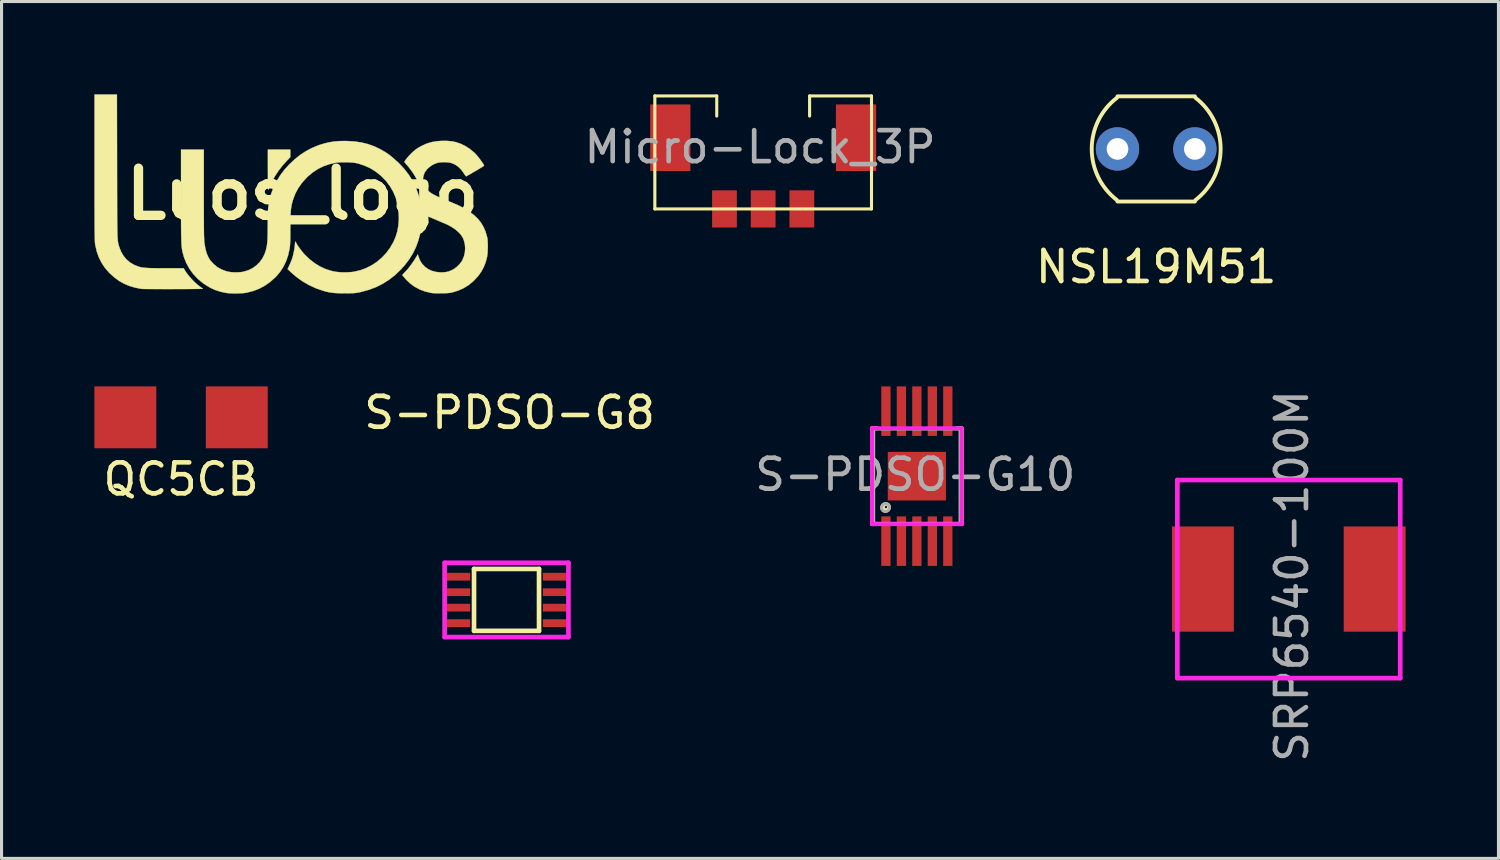
<source format=kicad_pcb>
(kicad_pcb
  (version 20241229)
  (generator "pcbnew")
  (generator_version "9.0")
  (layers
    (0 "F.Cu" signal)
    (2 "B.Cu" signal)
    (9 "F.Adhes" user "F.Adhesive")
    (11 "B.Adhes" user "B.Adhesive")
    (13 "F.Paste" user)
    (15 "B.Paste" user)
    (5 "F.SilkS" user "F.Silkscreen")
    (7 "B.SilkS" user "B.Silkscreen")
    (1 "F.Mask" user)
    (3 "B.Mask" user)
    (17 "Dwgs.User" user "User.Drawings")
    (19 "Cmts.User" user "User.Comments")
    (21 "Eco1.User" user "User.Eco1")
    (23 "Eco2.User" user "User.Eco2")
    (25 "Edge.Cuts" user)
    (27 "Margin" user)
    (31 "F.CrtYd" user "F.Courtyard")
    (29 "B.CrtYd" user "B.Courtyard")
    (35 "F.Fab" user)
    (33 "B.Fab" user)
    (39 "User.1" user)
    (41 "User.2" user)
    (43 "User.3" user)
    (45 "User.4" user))
  (footprint "S-PDSO-G10"
    (layer "F.Cu")
    (at 26.573 12.334)
    (property "Reference" "S-PDSO-G10" (at -0.051 -0.051 0) (layer "F.Fab") (effects (font (size 1 1) (thickness 0.15))))
    (attr through_hole)
    (fp_line (start -1.45 -1.55) (end -1.45 1.55) (stroke (width 0.125) (type solid)) (layer "F.SilkS"))
    (fp_line (start -1.45 1.55) (end -1.3 1.55) (stroke (width 0.125) (type solid)) (layer "F.SilkS"))
    (fp_line (start -1.3 -1.55) (end -1.45 -1.55) (stroke (width 0.125) (type solid)) (layer "F.SilkS"))
    (fp_line (start 1.3 1.55) (end 1.45 1.55) (stroke (width 0.125) (type solid)) (layer "F.SilkS"))
    (fp_line (start 1.45 -1.55) (end 1.3 -1.55) (stroke (width 0.125) (type solid)) (layer "F.SilkS"))
    (fp_line (start 1.45 1.55) (end 1.45 -1.55) (stroke (width 0.125) (type solid)) (layer "F.SilkS"))
    (fp_circle (center -1 1) (end -0.9 1) (stroke (width 0.125) (type solid)) (fill no) (layer "F.SilkS"))
    (fp_line (start -1.45 -1.55) (end -1.45 1.55) (stroke (width 0.125) (type solid)) (layer "F.CrtYd"))
    (fp_line (start -1.45 1.55) (end 1.45 1.55) (stroke (width 0.125) (type solid)) (layer "F.CrtYd"))
    (fp_line (start 1.45 -1.55) (end -1.45 -1.55) (stroke (width 0.125) (type solid)) (layer "F.CrtYd"))
    (fp_line (start 1.45 1.55) (end 1.45 -1.55) (stroke (width 0.125) (type solid)) (layer "F.CrtYd"))
    (fp_line (start -1.397 -1.524) (end 1.397 -1.524) (stroke (width 0.1) (type solid)) (layer "F.Fab"))
    (fp_line (start -1.397 1.524) (end -1.397 -1.524) (stroke (width 0.1) (type solid)) (layer "F.Fab"))
    (fp_line (start 1.397 -1.524) (end 1.397 1.524) (stroke (width 0.1) (type solid)) (layer "F.Fab"))
    (fp_line (start 1.397 1.524) (end -1.397 1.524) (stroke (width 0.1) (type solid)) (layer "F.Fab"))
    (fp_circle (center -1.016 1.016) (end -0.889 1.016) (stroke (width 0.1) (type solid)) (fill no) (layer "F.Fab"))
    (pad "1" smd rect (at -1 2.1) (size 0.3 1.6) (layers "F.Cu" "F.Mask" "F.Paste"))
    (pad "2" smd rect (at -0.5 2.1) (size 0.3 1.6) (layers "F.Cu" "F.Mask" "F.Paste"))
    (pad "3" smd rect (at 0 2.1) (size 0.3 1.6) (layers "F.Cu" "F.Mask" "F.Paste"))
    (pad "4" smd rect (at 0.5 2.1) (size 0.3 1.6) (layers "F.Cu" "F.Mask" "F.Paste"))
    (pad "5" smd rect (at 1 2.1) (size 0.3 1.6) (layers "F.Cu" "F.Mask" "F.Paste"))
    (pad "6" smd rect (at 1 -2.1 180) (size 0.3 1.6) (layers "F.Cu" "F.Mask" "F.Paste"))
    (pad "7" smd rect (at 0.5 -2.1 180) (size 0.3 1.6) (layers "F.Cu" "F.Mask" "F.Paste"))
    (pad "8" smd rect (at 0 -2.1 180) (size 0.3 1.6) (layers "F.Cu" "F.Mask" "F.Paste"))
    (pad "9" smd rect (at -0.5 -2.1 180) (size 0.3 1.6) (layers "F.Cu" "F.Mask" "F.Paste"))
    (pad "10" smd rect (at -1 -2.1 180) (size 0.3 1.6) (layers "F.Cu" "F.Mask" "F.Paste"))
    (pad "11" smd rect (at 0 0 180) (size 1.88 1.57) (layers "F.Cu" "F.Mask" "F.Paste")))
  (footprint "S-PDSO-G8"
    (layer "F.Cu")
    (at 13.315 16.333)
    (property "Reference" "S-PDSO-G8" (at 0.1 -6.05 0) (layer "F.SilkS") (effects (font (size 1 1) (thickness 0.15))))
    (attr through_hole)
    (fp_line (start -1.05 -1) (end -1.05 1) (stroke (width 0.15) (type solid)) (layer "F.SilkS"))
    (fp_line (start -1.05 -1) (end 1.05 -1) (stroke (width 0.15) (type solid)) (layer "F.SilkS"))
    (fp_line (start -1.05 1) (end 1.05 1) (stroke (width 0.15) (type solid)) (layer "F.SilkS"))
    (fp_line (start 1.05 -1) (end 1.05 1) (stroke (width 0.15) (type solid)) (layer "F.SilkS"))
    (fp_line (start -2 -1.2) (end 2 -1.2) (stroke (width 0.15) (type solid)) (layer "F.CrtYd"))
    (fp_line (start -2 1.2) (end -2 -1.2) (stroke (width 0.15) (type solid)) (layer "F.CrtYd"))
    (fp_line (start 2 -1.2) (end 2 1.2) (stroke (width 0.15) (type solid)) (layer "F.CrtYd"))
    (fp_line (start 2 1.2) (end -2 1.2) (stroke (width 0.15) (type solid)) (layer "F.CrtYd"))
    (pad "1" smd rect (at -1.55 -0.75) (size 0.75 0.25) (layers "F.Cu" "F.Mask" "F.Paste"))
    (pad "2" smd rect (at -1.55 -0.25) (size 0.75 0.25) (layers "F.Cu" "F.Mask" "F.Paste"))
    (pad "3" smd rect (at -1.55 0.25) (size 0.75 0.25) (layers "F.Cu" "F.Mask" "F.Paste"))
    (pad "4" smd rect (at -1.55 0.75) (size 0.75 0.25) (layers "F.Cu" "F.Mask" "F.Paste"))
    (pad "5" smd rect (at 1.55 0.75) (size 0.75 0.25) (layers "F.Cu" "F.Mask" "F.Paste"))
    (pad "6" smd rect (at 1.55 0.25) (size 0.75 0.25) (layers "F.Cu" "F.Mask" "F.Paste"))
    (pad "7" smd rect (at 1.55 -0.25) (size 0.75 0.25) (layers "F.Cu" "F.Mask" "F.Paste"))
    (pad "8" smd rect (at 1.55 -0.75) (size 0.75 0.25) (layers "F.Cu" "F.Mask" "F.Paste")))
  (footprint "NSL19M51"
    (layer "F.Cu")
    (at 34.305 1.762)
    (property "Reference" "NSL19M51" (at 0 3.81 0) (layer "F.SilkS") (effects (font (size 1 1) (thickness 0.15))))
    (attr through_hole)
    (fp_line (start -1.25 -1.7) (end 1.25 -1.7) (stroke (width 0.125) (type solid)) (layer "F.SilkS"))
    (fp_line (start 1.25 1.7) (end -1.25 1.7) (stroke (width 0.125) (type solid)) (layer "F.SilkS"))
    (fp_arc (start -1.27 1.651) (mid -2.082955 0) (end -1.27 -1.651) (stroke (width 0.125) (type solid)) (layer "F.SilkS"))
    (fp_arc (start 1.27 -1.651) (mid 2.082955 0) (end 1.27 1.651) (stroke (width 0.125) (type solid)) (layer "F.SilkS"))
    (pad "1" thru_hole circle (at -1.25 0) (size 1.4 1.4) (drill 0.7) (layers "*.Cu" "*.Mask"))
    (pad "2" thru_hole circle (at 1.25 0 180) (size 1.4 1.4) (drill 0.7) (layers "*.Cu" "*.Mask")))
  (footprint "SRP6540-100M"
    (layer "F.Cu")
    (at 38.589 15.659)
    (property "Reference" "SRP6540-100M" (at 0.1 -0.1 90) (layer "F.Fab") (effects (font (size 1 1) (thickness 0.15))))
    (attr through_hole)
    (fp_line (start -3.6 -3.2) (end 3.6 -3.2) (stroke (width 0.15) (type solid)) (layer "F.CrtYd"))
    (fp_line (start -3.6 3.2) (end -3.6 -3.2) (stroke (width 0.15) (type solid)) (layer "F.CrtYd"))
    (fp_line (start 3.6 -3.2) (end 3.6 3.2) (stroke (width 0.15) (type solid)) (layer "F.CrtYd"))
    (fp_line (start 3.6 3.2) (end -3.6 3.2) (stroke (width 0.15) (type solid)) (layer "F.CrtYd"))
    (fp_line (start -3.6 -3.2) (end 3.6 -3.2) (stroke (width 0.1) (type solid)) (layer "F.Fab"))
    (fp_line (start -3.6 3.2) (end -3.6 -3.2) (stroke (width 0.1) (type solid)) (layer "F.Fab"))
    (fp_line (start 3.6 -3.2) (end 3.6 3.2) (stroke (width 0.1) (type solid)) (layer "F.Fab"))
    (fp_line (start 3.6 3.2) (end -3.6 3.2) (stroke (width 0.1) (type solid)) (layer "F.Fab"))
    (pad "1" smd rect (at -2.775 0) (size 2 3.4) (layers "F.Cu" "F.Mask" "F.Paste"))
    (pad "2" smd rect (at 2.775 0) (size 2 3.4) (layers "F.Cu" "F.Mask" "F.Paste")))
  (footprint "QC5CB"
    (layer "F.Cu")
    (at 2.8 10.434)
    (property "Reference" "QC5CB" (at 0 2 0) (layer "F.SilkS") (effects (font (size 1 1) (thickness 0.15))))
    (attr smd)
    (pad "1" smd rect (at -1.8 0) (size 2 2) (layers "F.Cu" "F.Mask" "F.Paste"))
    (pad "2" smd rect (at 1.8 0) (size 2 2) (layers "F.Cu" "F.Mask" "F.Paste")))
  (footprint "Micro-Lock_3P"
    (layer "F.Cu")
    (at 21.607 3.7)
    (property "Reference" "Micro-Lock_3P" (at -0.1 -2 0) (layer "F.Fab") (effects (font (size 1 1) (thickness 0.15))))
    (attr smd)
    (fp_line (start -3.5 -3.65) (end -1.5 -3.65) (stroke (width 0.1) (type solid)) (layer "F.SilkS"))
    (fp_line (start -3.5 0) (end -3.5 -3.65) (stroke (width 0.1) (type solid)) (layer "F.SilkS"))
    (fp_line (start -1.5 -3) (end -1.5 -3.65) (stroke (width 0.1) (type solid)) (layer "F.SilkS"))
    (fp_line (start 1.5 -3.65) (end 3.5 -3.65) (stroke (width 0.1) (type solid)) (layer "F.SilkS"))
    (fp_line (start 1.5 -3) (end 1.5 -3.65) (stroke (width 0.1) (type solid)) (layer "F.SilkS"))
    (fp_line (start 3.5 -3.65) (end 3.5 0) (stroke (width 0.1) (type solid)) (layer "F.SilkS"))
    (fp_line (start 3.5 0) (end -3.5 0) (stroke (width 0.1) (type solid)) (layer "F.SilkS"))
    (pad "1" smd rect (at -1.25 0) (size 0.8 1.2) (layers "F.Cu" "F.Mask" "F.Paste"))
    (pad "2" smd rect (at 0 0) (size 0.8 1.2) (layers "F.Cu" "F.Mask" "F.Paste"))
    (pad "3" smd rect (at 1.25 0) (size 0.8 1.2) (layers "F.Cu" "F.Mask" "F.Paste"))
    (pad "4" smd rect (at -3 -2.3) (size 1.3 2.15) (layers "F.Cu" "F.Mask" "F.Paste"))
    (pad "4" smd rect (at 3 -2.3) (size 1.3 2.15) (layers "F.Cu" "F.Mask" "F.Paste")))
  (footprint "Luos_logo"
    (layer "F.Cu")
    (at 6.723 3.218)
    (property "Reference" "Luos_logo" (at 0 0 0) (layer "F.SilkS") (effects (font (size 1.524 1.524) (thickness 0.3))))
    (attr through_hole)
    (fp_poly (pts (xy -0.394 -1.191) (xy -0.516 -1.063) (xy -0.647 -0.916) (xy -0.771 -0.756) (xy -0.879 -0.594) (xy -0.888 -0.579) (xy -0.921 -0.522) (xy -0.957 -0.455) (xy -0.993 -0.385) (xy -1.027 -0.316) (xy -1.055 -0.254) (xy -1.076 -0.204) (xy -1.086 -0.174) (xy -1.093 -0.151) (xy -1.099 -0.14) (xy -1.103 -0.142) (xy -1.107 -0.16) (xy -1.111 -0.193) (xy -1.113 -0.243) (xy -1.115 -0.313) (xy -1.116 -0.402) (xy -1.117 -0.513) (xy -1.117 -0.647) (xy -1.118 -0.78) (xy -1.118 -1.435) (xy -0.394 -1.435) (xy -0.394 -1.191)) (stroke (width 0.01) (type solid)) (fill yes) (layer "F.SilkS"))
    (fp_poly (pts (xy -5.991 -0.905) (xy -5.991 -0.615) (xy -5.99 -0.35) (xy -5.99 -0.108) (xy -5.989 0.112) (xy -5.989 0.312) (xy -5.988 0.492) (xy -5.988 0.653) (xy -5.987 0.797) (xy -5.986 0.925) (xy -5.984 1.038) (xy -5.983 1.138) (xy -5.981 1.224) (xy -5.979 1.299) (xy -5.977 1.364) (xy -5.974 1.419) (xy -5.97 1.466) (xy -5.967 1.507) (xy -5.963 1.542) (xy -5.958 1.572) (xy -5.953 1.598) (xy -5.947 1.623) (xy -5.94 1.646) (xy -5.933 1.67) (xy -5.926 1.694) (xy -5.918 1.72) (xy -5.86 1.867) (xy -5.782 1.999) (xy -5.687 2.114) (xy -5.573 2.21) (xy -5.443 2.288) (xy -5.298 2.346) (xy -5.293 2.348) (xy -5.25 2.359) (xy -5.202 2.37) (xy -5.148 2.378) (xy -5.084 2.385) (xy -5.01 2.39) (xy -4.921 2.394) (xy -4.816 2.397) (xy -4.693 2.399) (xy -4.549 2.4) (xy -4.393 2.4) (xy -3.836 2.4) (xy -3.816 2.439) (xy -3.772 2.512) (xy -3.712 2.594) (xy -3.64 2.682) (xy -3.56 2.77) (xy -3.477 2.854) (xy -3.394 2.928) (xy -3.327 2.981) (xy -3.284 3.013) (xy -3.248 3.04) (xy -3.225 3.058) (xy -3.22 3.062) (xy -3.231 3.064) (xy -3.265 3.065) (xy -3.319 3.066) (xy -3.392 3.067) (xy -3.481 3.068) (xy -3.584 3.069) (xy -3.698 3.07) (xy -3.822 3.071) (xy -3.952 3.071) (xy -4.087 3.071) (xy -4.224 3.072) (xy -4.36 3.072) (xy -4.495 3.072) (xy -4.624 3.071) (xy -4.746 3.071) (xy -4.859 3.07) (xy -4.96 3.07) (xy -5.047 3.069) (xy -5.118 3.068) (xy -5.17 3.067) (xy -5.201 3.065) (xy -5.207 3.065) (xy -5.411 3.024) (xy -5.596 2.969) (xy -5.766 2.897) (xy -5.925 2.808) (xy -6.075 2.699) (xy -6.221 2.568) (xy -6.243 2.546) (xy -6.375 2.396) (xy -6.487 2.23) (xy -6.577 2.052) (xy -6.646 1.86) (xy -6.693 1.657) (xy -6.699 1.619) (xy -6.701 1.601) (xy -6.704 1.578) (xy -6.706 1.549) (xy -6.707 1.513) (xy -6.709 1.47) (xy -6.71 1.417) (xy -6.712 1.355) (xy -6.713 1.281) (xy -6.714 1.195) (xy -6.715 1.095) (xy -6.716 0.981) (xy -6.716 0.851) (xy -6.717 0.705) (xy -6.717 0.541) (xy -6.718 0.358) (xy -6.718 0.155) (xy -6.718 -0.07) (xy -6.718 -0.316) (xy -6.718 -0.586) (xy -6.718 -0.86) (xy -6.718 -3.213) (xy -6.357 -3.213) (xy -5.995 -3.213) (xy -5.991 -0.905)) (stroke (width 0.01) (type solid)) (fill yes) (layer "F.SilkS"))
    (fp_poly (pts (xy 4.671 -1.716) (xy 4.824 -1.702) (xy 4.955 -1.676) (xy 5.113 -1.622) (xy 5.267 -1.547) (xy 5.413 -1.451) (xy 5.547 -1.34) (xy 5.615 -1.27) (xy 5.653 -1.226) (xy 5.695 -1.174) (xy 5.738 -1.118) (xy 5.779 -1.061) (xy 5.816 -1.009) (xy 5.844 -0.965) (xy 5.862 -0.934) (xy 5.867 -0.921) (xy 5.857 -0.908) (xy 5.83 -0.888) (xy 5.8 -0.869) (xy 5.768 -0.85) (xy 5.719 -0.821) (xy 5.658 -0.784) (xy 5.589 -0.743) (xy 5.517 -0.701) (xy 5.517 -0.701) (xy 5.449 -0.661) (xy 5.389 -0.626) (xy 5.34 -0.599) (xy 5.305 -0.58) (xy 5.288 -0.572) (xy 5.287 -0.572) (xy 5.275 -0.582) (xy 5.254 -0.609) (xy 5.227 -0.648) (xy 5.213 -0.67) (xy 5.129 -0.785) (xy 5.038 -0.877) (xy 4.938 -0.947) (xy 4.828 -0.996) (xy 4.782 -1.009) (xy 4.721 -1.02) (xy 4.644 -1.026) (xy 4.56 -1.028) (xy 4.478 -1.025) (xy 4.408 -1.018) (xy 4.392 -1.015) (xy 4.294 -0.985) (xy 4.198 -0.938) (xy 4.109 -0.877) (xy 4.031 -0.808) (xy 3.971 -0.732) (xy 3.943 -0.683) (xy 3.905 -0.572) (xy 3.891 -0.464) (xy 3.902 -0.36) (xy 3.937 -0.261) (xy 3.996 -0.169) (xy 4.014 -0.149) (xy 4.061 -0.101) (xy 4.117 -0.056) (xy 4.184 -0.011) (xy 4.265 0.034) (xy 4.363 0.082) (xy 4.481 0.134) (xy 4.572 0.172) (xy 4.642 0.2) (xy 4.723 0.234) (xy 4.804 0.267) (xy 4.851 0.286) (xy 5.059 0.377) (xy 5.242 0.474) (xy 5.405 0.577) (xy 5.547 0.687) (xy 5.55 0.689) (xy 5.67 0.805) (xy 5.769 0.93) (xy 5.85 1.066) (xy 5.914 1.217) (xy 5.964 1.387) (xy 5.971 1.416) (xy 5.979 1.472) (xy 5.984 1.548) (xy 5.987 1.636) (xy 5.987 1.73) (xy 5.984 1.824) (xy 5.979 1.912) (xy 5.97 1.988) (xy 5.965 2.023) (xy 5.92 2.2) (xy 5.856 2.363) (xy 5.773 2.515) (xy 5.669 2.658) (xy 5.541 2.796) (xy 5.513 2.822) (xy 5.367 2.943) (xy 5.206 3.042) (xy 5.031 3.12) (xy 4.87 3.17) (xy 4.821 3.182) (xy 4.776 3.191) (xy 4.728 3.197) (xy 4.673 3.202) (xy 4.605 3.205) (xy 4.518 3.207) (xy 4.496 3.207) (xy 4.375 3.208) (xy 4.277 3.207) (xy 4.2 3.201) (xy 4.153 3.195) (xy 3.962 3.149) (xy 3.785 3.083) (xy 3.622 2.995) (xy 3.474 2.887) (xy 3.341 2.758) (xy 3.295 2.705) (xy 3.223 2.616) (xy 3.291 2.543) (xy 3.324 2.508) (xy 3.35 2.48) (xy 3.365 2.465) (xy 3.366 2.464) (xy 3.388 2.441) (xy 3.42 2.402) (xy 3.46 2.35) (xy 3.504 2.291) (xy 3.549 2.229) (xy 3.591 2.168) (xy 3.627 2.113) (xy 3.64 2.092) (xy 3.725 1.952) (xy 3.753 2.033) (xy 3.782 2.111) (xy 3.812 2.174) (xy 3.849 2.232) (xy 3.871 2.261) (xy 3.961 2.355) (xy 4.066 2.43) (xy 4.186 2.484) (xy 4.32 2.519) (xy 4.465 2.532) (xy 4.477 2.532) (xy 4.577 2.529) (xy 4.663 2.517) (xy 4.745 2.494) (xy 4.832 2.457) (xy 4.839 2.454) (xy 4.916 2.408) (xy 4.995 2.345) (xy 5.069 2.271) (xy 5.132 2.194) (xy 5.164 2.14) (xy 5.216 2.016) (xy 5.247 1.884) (xy 5.256 1.749) (xy 5.245 1.616) (xy 5.212 1.489) (xy 5.185 1.423) (xy 5.128 1.33) (xy 5.048 1.239) (xy 4.947 1.151) (xy 4.827 1.069) (xy 4.691 0.995) (xy 4.601 0.954) (xy 4.548 0.932) (xy 4.479 0.903) (xy 4.399 0.869) (xy 4.315 0.833) (xy 4.242 0.802) (xy 4.007 0.703) (xy 3.998 0.568) (xy 3.969 0.315) (xy 3.916 0.072) (xy 3.84 -0.163) (xy 3.74 -0.391) (xy 3.615 -0.612) (xy 3.583 -0.66) (xy 3.541 -0.723) (xy 3.494 -0.787) (xy 3.45 -0.845) (xy 3.421 -0.881) (xy 3.384 -0.925) (xy 3.349 -0.965) (xy 3.323 -0.996) (xy 3.318 -1.003) (xy 3.289 -1.038) (xy 3.34 -1.113) (xy 3.389 -1.177) (xy 3.452 -1.248) (xy 3.524 -1.321) (xy 3.598 -1.389) (xy 3.658 -1.438) (xy 3.715 -1.477) (xy 3.789 -1.521) (xy 3.871 -1.564) (xy 3.954 -1.603) (xy 4.029 -1.634) (xy 4.057 -1.644) (xy 4.197 -1.681) (xy 4.351 -1.706) (xy 4.511 -1.717) (xy 4.671 -1.716)) (stroke (width 0.01) (type solid)) (fill yes) (layer "F.SilkS"))
    (fp_poly (pts (xy 1.459 -1.711) (xy 1.693 -1.696) (xy 1.912 -1.663) (xy 2.118 -1.612) (xy 2.317 -1.541) (xy 2.511 -1.448) (xy 2.654 -1.366) (xy 2.707 -1.333) (xy 2.749 -1.305) (xy 2.788 -1.278) (xy 2.829 -1.246) (xy 2.879 -1.205) (xy 2.919 -1.173) (xy 3.116 -0.996) (xy 3.288 -0.811) (xy 3.438 -0.616) (xy 3.564 -0.412) (xy 3.668 -0.197) (xy 3.749 0.029) (xy 3.807 0.265) (xy 3.836 0.449) (xy 3.844 0.545) (xy 3.848 0.658) (xy 3.847 0.782) (xy 3.843 0.909) (xy 3.835 1.034) (xy 3.823 1.149) (xy 3.808 1.247) (xy 3.804 1.27) (xy 3.745 1.498) (xy 3.667 1.713) (xy 3.568 1.916) (xy 3.447 2.111) (xy 3.304 2.299) (xy 3.181 2.436) (xy 2.997 2.613) (xy 2.802 2.767) (xy 2.595 2.898) (xy 2.376 3.008) (xy 2.143 3.096) (xy 1.897 3.163) (xy 1.829 3.178) (xy 1.78 3.187) (xy 1.734 3.194) (xy 1.688 3.199) (xy 1.636 3.203) (xy 1.574 3.205) (xy 1.498 3.206) (xy 1.403 3.207) (xy 1.359 3.207) (xy 1.232 3.206) (xy 1.126 3.203) (xy 1.035 3.198) (xy 0.954 3.19) (xy 0.877 3.178) (xy 0.801 3.162) (xy 0.719 3.141) (xy 0.66 3.124) (xy 0.433 3.045) (xy 0.211 2.943) (xy -0.001 2.82) (xy -0.2 2.677) (xy -0.377 2.524) (xy -0.48 2.424) (xy -0.419 2.295) (xy -0.388 2.225) (xy -0.356 2.145) (xy -0.329 2.069) (xy -0.319 2.037) (xy -0.3 1.963) (xy -0.281 1.878) (xy -0.265 1.79) (xy -0.252 1.706) (xy -0.244 1.633) (xy -0.241 1.587) (xy -0.238 1.551) (xy -0.23 1.539) (xy -0.217 1.551) (xy -0.206 1.573) (xy -0.178 1.626) (xy -0.136 1.691) (xy -0.085 1.764) (xy -0.028 1.839) (xy 0.031 1.91) (xy 0.08 1.964) (xy 0.238 2.115) (xy 0.403 2.242) (xy 0.574 2.345) (xy 0.755 2.427) (xy 0.947 2.487) (xy 1.019 2.503) (xy 1.119 2.519) (xy 1.236 2.529) (xy 1.361 2.532) (xy 1.486 2.529) (xy 1.603 2.519) (xy 1.668 2.51) (xy 1.866 2.464) (xy 2.056 2.394) (xy 2.237 2.302) (xy 2.406 2.19) (xy 2.561 2.059) (xy 2.702 1.91) (xy 2.826 1.744) (xy 2.931 1.563) (xy 2.941 1.543) (xy 3.012 1.378) (xy 3.063 1.209) (xy 3.096 1.031) (xy 3.112 0.84) (xy 3.113 0.749) (xy 3.102 0.528) (xy 3.069 0.319) (xy 3.013 0.121) (xy 2.934 -0.066) (xy 2.833 -0.242) (xy 2.708 -0.409) (xy 2.683 -0.438) (xy 2.533 -0.591) (xy 2.37 -0.721) (xy 2.195 -0.83) (xy 2.006 -0.917) (xy 1.804 -0.983) (xy 1.74 -0.998) (xy 1.676 -1.009) (xy 1.593 -1.017) (xy 1.498 -1.023) (xy 1.397 -1.026) (xy 1.296 -1.026) (xy 1.203 -1.023) (xy 1.123 -1.017) (xy 1.079 -1.011) (xy 0.875 -0.965) (xy 0.686 -0.9) (xy 0.511 -0.816) (xy 0.346 -0.709) (xy 0.189 -0.58) (xy 0.123 -0.516) (xy -0.018 -0.359) (xy -0.135 -0.193) (xy -0.23 -0.017) (xy -0.302 0.171) (xy -0.337 0.296) (xy -0.35 0.353) (xy -0.36 0.408) (xy -0.369 0.465) (xy -0.376 0.526) (xy -0.382 0.595) (xy -0.386 0.674) (xy -0.389 0.767) (xy -0.391 0.876) (xy -0.392 1.005) (xy -0.393 1.14) (xy -0.393 1.269) (xy -0.394 1.376) (xy -0.395 1.464) (xy -0.397 1.536) (xy -0.4 1.596) (xy -0.403 1.648) (xy -0.408 1.693) (xy -0.413 1.736) (xy -0.42 1.779) (xy -0.42 1.781) (xy -0.467 1.988) (xy -0.534 2.181) (xy -0.622 2.36) (xy -0.732 2.526) (xy -0.863 2.678) (xy -0.883 2.698) (xy -1.046 2.842) (xy -1.218 2.962) (xy -1.401 3.06) (xy -1.594 3.134) (xy -1.798 3.186) (xy -1.847 3.194) (xy -1.911 3.202) (xy -1.992 3.207) (xy -2.084 3.21) (xy -2.181 3.211) (xy -2.276 3.21) (xy -2.36 3.207) (xy -2.428 3.201) (xy -2.442 3.199) (xy -2.633 3.161) (xy -2.811 3.105) (xy -2.98 3.028) (xy -3.145 2.929) (xy -3.238 2.863) (xy -3.396 2.729) (xy -3.535 2.578) (xy -3.654 2.413) (xy -3.752 2.235) (xy -3.828 2.046) (xy -3.879 1.859) (xy -3.885 1.825) (xy -3.891 1.79) (xy -3.897 1.752) (xy -3.902 1.71) (xy -3.906 1.662) (xy -3.909 1.607) (xy -3.913 1.543) (xy -3.915 1.469) (xy -3.918 1.384) (xy -3.919 1.286) (xy -3.921 1.172) (xy -3.922 1.043) (xy -3.923 0.897) (xy -3.924 0.731) (xy -3.924 0.545) (xy -3.924 0.337) (xy -3.924 0.106) (xy -3.924 0.022) (xy -3.924 -1.435) (xy -3.188 -1.435) (xy -3.188 -0.001) (xy -3.188 0.225) (xy -3.188 0.428) (xy -3.187 0.609) (xy -3.187 0.768) (xy -3.186 0.908) (xy -3.186 1.03) (xy -3.185 1.136) (xy -3.184 1.227) (xy -3.183 1.305) (xy -3.181 1.37) (xy -3.179 1.426) (xy -3.177 1.472) (xy -3.175 1.512) (xy -3.172 1.545) (xy -3.169 1.574) (xy -3.167 1.589) (xy -3.14 1.753) (xy -3.103 1.895) (xy -3.055 2.015) (xy -2.998 2.117) (xy -2.981 2.14) (xy -2.874 2.26) (xy -2.754 2.359) (xy -2.62 2.436) (xy -2.472 2.492) (xy -2.407 2.509) (xy -2.314 2.524) (xy -2.208 2.532) (xy -2.096 2.531) (xy -1.988 2.524) (xy -1.899 2.509) (xy -1.751 2.464) (xy -1.615 2.397) (xy -1.493 2.31) (xy -1.387 2.206) (xy -1.298 2.086) (xy -1.228 1.951) (xy -1.182 1.814) (xy -1.168 1.757) (xy -1.157 1.702) (xy -1.147 1.647) (xy -1.14 1.588) (xy -1.134 1.522) (xy -1.13 1.446) (xy -1.127 1.357) (xy -1.125 1.25) (xy -1.124 1.123) (xy -1.123 1.048) (xy -1.122 0.936) (xy -1.121 0.828) (xy -1.119 0.728) (xy -1.117 0.638) (xy -1.115 0.564) (xy -1.113 0.508) (xy -1.111 0.476) (xy -1.08 0.25) (xy -1.024 0.027) (xy -0.945 -0.191) (xy -0.843 -0.402) (xy -0.719 -0.604) (xy -0.575 -0.795) (xy -0.426 -0.958) (xy -0.25 -1.123) (xy -0.073 -1.264) (xy 0.109 -1.383) (xy 0.298 -1.484) (xy 0.497 -1.567) (xy 0.552 -1.586) (xy 0.711 -1.635) (xy 0.864 -1.671) (xy 1.02 -1.695) (xy 1.184 -1.709) (xy 1.362 -1.713) (xy 1.459 -1.711)) (stroke (width 0.01) (type solid)) (fill yes) (layer "F.SilkS")))
  (gr_rect
    (start -3 -3)
    (end 45.364 24.684)
    (stroke (width 0.1) (type default))
    (fill no)
    (layer "Edge.Cuts")))
</source>
